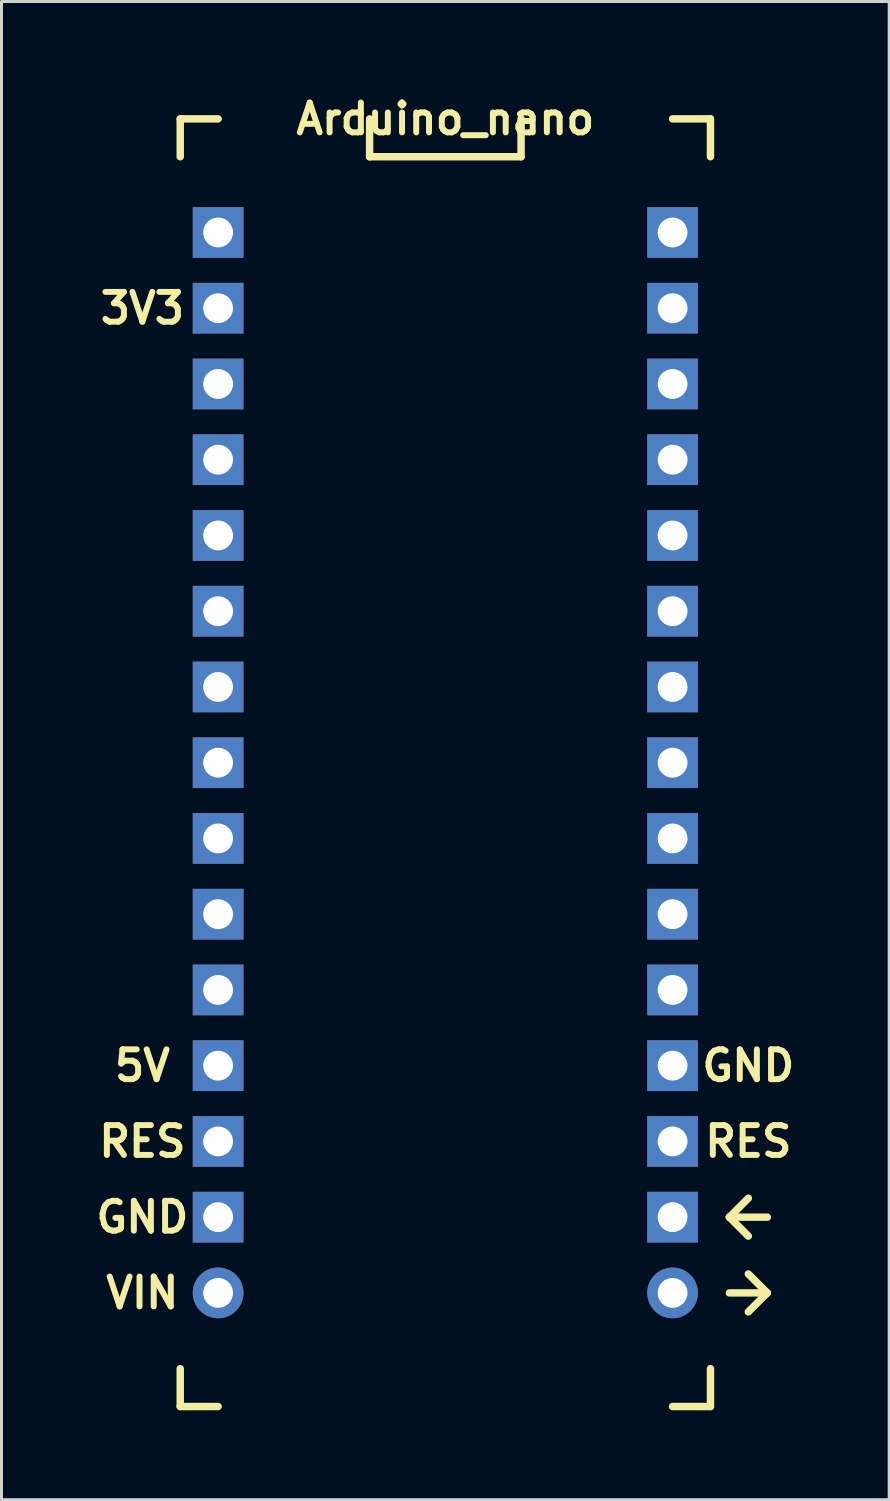
<source format=kicad_pcb>
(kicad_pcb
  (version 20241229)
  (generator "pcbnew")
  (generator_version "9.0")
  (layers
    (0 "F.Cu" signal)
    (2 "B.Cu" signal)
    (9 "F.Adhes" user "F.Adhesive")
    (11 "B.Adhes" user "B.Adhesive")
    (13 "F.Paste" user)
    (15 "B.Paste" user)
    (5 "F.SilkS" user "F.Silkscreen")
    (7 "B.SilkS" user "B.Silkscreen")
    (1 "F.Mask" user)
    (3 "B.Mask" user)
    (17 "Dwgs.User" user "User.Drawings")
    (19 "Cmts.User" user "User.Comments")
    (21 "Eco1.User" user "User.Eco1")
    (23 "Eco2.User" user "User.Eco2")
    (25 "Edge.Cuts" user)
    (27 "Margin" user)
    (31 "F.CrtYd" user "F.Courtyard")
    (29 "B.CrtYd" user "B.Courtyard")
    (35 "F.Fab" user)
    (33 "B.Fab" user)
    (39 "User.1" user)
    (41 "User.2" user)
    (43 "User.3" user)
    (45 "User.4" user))
  (footprint "Arduino_nano"
    (layer "F.Cu")
    (at 4.264 4.746)
    (property "Reference" "Arduino_nano" (at 7.62 -3.81 0) (layer "F.SilkS") (effects (font (size 1 1) (thickness 0.2))))
    (attr through_hole)
    (fp_line (start -1.27 -3.81) (end -1.27 -2.54) (stroke (width 0.25) (type solid)) (layer "F.SilkS"))
    (fp_line (start -1.27 -3.81) (end 0 -3.81) (stroke (width 0.25) (type solid)) (layer "F.SilkS"))
    (fp_line (start -1.27 39.37) (end -1.27 38.1) (stroke (width 0.25) (type solid)) (layer "F.SilkS"))
    (fp_line (start -1.27 39.37) (end 0 39.37) (stroke (width 0.25) (type solid)) (layer "F.SilkS"))
    (fp_line (start 5.08 -3.81) (end 5.08 -2.54) (stroke (width 0.25) (type solid)) (layer "F.SilkS"))
    (fp_line (start 5.08 -2.54) (end 10.16 -2.54) (stroke (width 0.25) (type solid)) (layer "F.SilkS"))
    (fp_line (start 10.16 -2.54) (end 10.16 -3.81) (stroke (width 0.25) (type solid)) (layer "F.SilkS"))
    (fp_line (start 15.24 39.37) (end 16.51 39.37) (stroke (width 0.25) (type solid)) (layer "F.SilkS"))
    (fp_line (start 16.51 -3.81) (end 15.24 -3.81) (stroke (width 0.25) (type solid)) (layer "F.SilkS"))
    (fp_line (start 16.51 -3.81) (end 16.51 -2.54) (stroke (width 0.25) (type solid)) (layer "F.SilkS"))
    (fp_line (start 16.51 38.1) (end 16.51 39.37) (stroke (width 0.25) (type solid)) (layer "F.SilkS"))
    (fp_line (start 17.145 33.02) (end 17.78 32.385) (stroke (width 0.25) (type solid)) (layer "F.SilkS"))
    (fp_line (start 17.145 33.02) (end 17.78 33.655) (stroke (width 0.25) (type solid)) (layer "F.SilkS"))
    (fp_line (start 17.145 33.02) (end 18.415 33.02) (stroke (width 0.25) (type solid)) (layer "F.SilkS"))
    (fp_line (start 17.145 35.56) (end 18.415 35.56) (stroke (width 0.25) (type solid)) (layer "F.SilkS"))
    (fp_line (start 18.415 35.56) (end 17.78 34.925) (stroke (width 0.25) (type solid)) (layer "F.SilkS"))
    (fp_line (start 18.415 35.56) (end 17.78 36.195) (stroke (width 0.25) (type solid)) (layer "F.SilkS"))
    (fp_text user "5V" (at -2.54 27.94 0) (layer "F.SilkS") (effects (font (size 1 1) (thickness 0.2))))
    (fp_text user "3V3" (at -2.54 2.54 0) (layer "F.SilkS") (effects (font (size 1 1) (thickness 0.2))))
    (fp_text user "GND" (at -2.54 33.02 0) (layer "F.SilkS") (effects (font (size 1 1) (thickness 0.2))))
    (fp_text user "RES" (at -2.54 30.48 0) (layer "F.SilkS") (effects (font (size 1 1) (thickness 0.2))))
    (fp_text user "GND" (at 17.78 27.94 0) (layer "F.SilkS") (effects (font (size 1 1) (thickness 0.2))))
    (fp_text user "VIN" (at -2.54 35.56 0) (layer "F.SilkS") (effects (font (size 1 1) (thickness 0.2))))
    (fp_text user "RES" (at 17.78 30.48 0) (layer "F.SilkS") (effects (font (size 1 1) (thickness 0.2))))
    (pad "1" thru_hole circle (at 0 35.56) (size 1.7 1.7) (drill 1) (layers "*.Cu" "*.Mask"))
    (pad "2" thru_hole rect (at 0 33.02) (size 1.7 1.7) (drill 1) (layers "*.Cu" "*.Mask"))
    (pad "3" thru_hole rect (at 0 30.48) (size 1.7 1.7) (drill 1) (layers "*.Cu" "*.Mask"))
    (pad "4" thru_hole rect (at 0 27.94) (size 1.7 1.7) (drill 1) (layers "*.Cu" "*.Mask"))
    (pad "5" thru_hole rect (at 0 25.4) (size 1.7 1.7) (drill 1) (layers "*.Cu" "*.Mask"))
    (pad "6" thru_hole rect (at 0 22.86) (size 1.7 1.7) (drill 1) (layers "*.Cu" "*.Mask"))
    (pad "7" thru_hole rect (at 0 20.32) (size 1.7 1.7) (drill 1) (layers "*.Cu" "*.Mask"))
    (pad "8" thru_hole rect (at 0 17.78) (size 1.7 1.7) (drill 1) (layers "*.Cu" "*.Mask"))
    (pad "9" thru_hole rect (at 0 15.24) (size 1.7 1.7) (drill 1) (layers "*.Cu" "*.Mask"))
    (pad "10" thru_hole rect (at 0 12.7) (size 1.7 1.7) (drill 1) (layers "*.Cu" "*.Mask"))
    (pad "11" thru_hole rect (at 0 10.16) (size 1.7 1.7) (drill 1) (layers "*.Cu" "*.Mask"))
    (pad "12" thru_hole rect (at 0 7.62) (size 1.7 1.7) (drill 1) (layers "*.Cu" "*.Mask"))
    (pad "13" thru_hole rect (at 0 5.08) (size 1.7 1.7) (drill 1) (layers "*.Cu" "*.Mask"))
    (pad "14" thru_hole rect (at 0 2.54) (size 1.7 1.7) (drill 1) (layers "*.Cu" "*.Mask"))
    (pad "15" thru_hole rect (at 0 0) (size 1.7 1.7) (drill 1) (layers "*.Cu" "*.Mask"))
    (pad "16" thru_hole circle (at 15.24 35.56) (size 1.7 1.7) (drill 1) (layers "*.Cu" "*.Mask"))
    (pad "17" thru_hole rect (at 15.24 33.02) (size 1.7 1.7) (drill 1) (layers "*.Cu" "*.Mask"))
    (pad "18" thru_hole rect (at 15.24 30.48) (size 1.7 1.7) (drill 1) (layers "*.Cu" "*.Mask"))
    (pad "19" thru_hole rect (at 15.24 27.94) (size 1.7 1.7) (drill 1) (layers "*.Cu" "*.Mask"))
    (pad "20" thru_hole rect (at 15.24 25.4) (size 1.7 1.7) (drill 1) (layers "*.Cu" "*.Mask"))
    (pad "21" thru_hole rect (at 15.24 22.86) (size 1.7 1.7) (drill 1) (layers "*.Cu" "*.Mask"))
    (pad "22" thru_hole rect (at 15.24 20.32) (size 1.7 1.7) (drill 1) (layers "*.Cu" "*.Mask"))
    (pad "23" thru_hole rect (at 15.24 17.78) (size 1.7 1.7) (drill 1) (layers "*.Cu" "*.Mask"))
    (pad "24" thru_hole rect (at 15.24 15.24) (size 1.7 1.7) (drill 1) (layers "*.Cu" "*.Mask"))
    (pad "25" thru_hole rect (at 15.24 12.7) (size 1.7 1.7) (drill 1) (layers "*.Cu" "*.Mask"))
    (pad "26" thru_hole rect (at 15.24 10.16) (size 1.7 1.7) (drill 1) (layers "*.Cu" "*.Mask"))
    (pad "27" thru_hole rect (at 15.24 7.62) (size 1.7 1.7) (drill 1) (layers "*.Cu" "*.Mask"))
    (pad "28" thru_hole rect (at 15.24 5.08) (size 1.7 1.7) (drill 1) (layers "*.Cu" "*.Mask"))
    (pad "29" thru_hole rect (at 15.24 2.54) (size 1.7 1.7) (drill 1) (layers "*.Cu" "*.Mask"))
    (pad "30" thru_hole rect (at 15.24 0) (size 1.7 1.7) (drill 1) (layers "*.Cu" "*.Mask")))
  (gr_rect
    (start -3 -3)
    (end 26.768 47.241)
    (stroke (width 0.1) (type default))
    (fill no)
    (layer "Edge.Cuts")))
</source>
